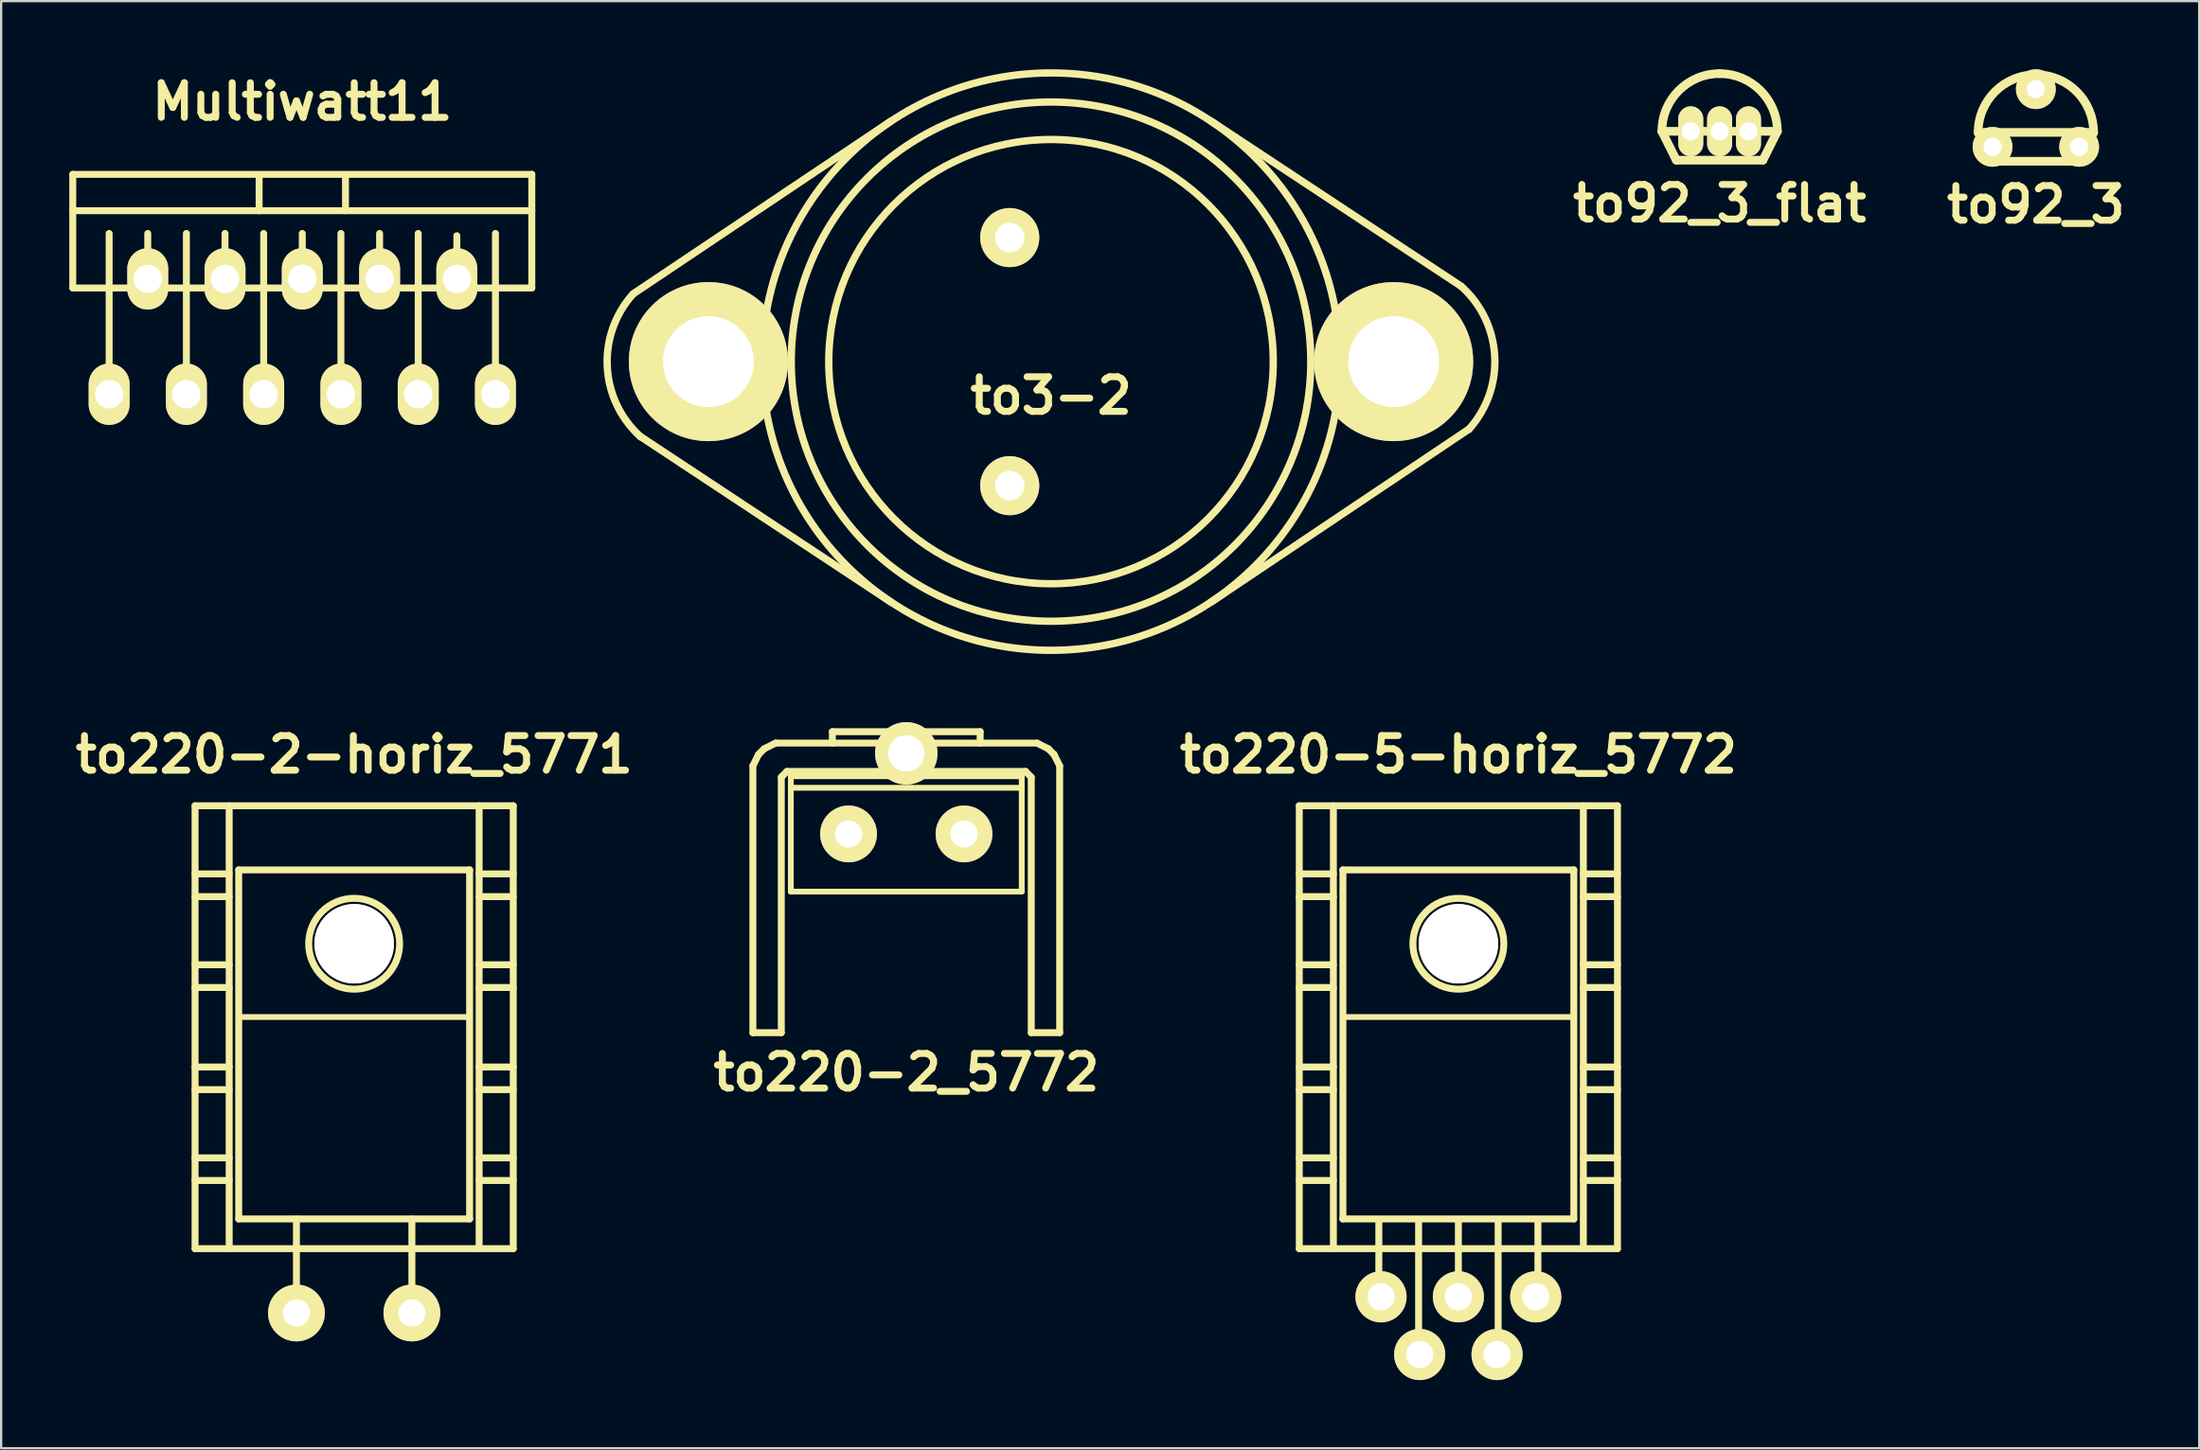
<source format=kicad_pcb>
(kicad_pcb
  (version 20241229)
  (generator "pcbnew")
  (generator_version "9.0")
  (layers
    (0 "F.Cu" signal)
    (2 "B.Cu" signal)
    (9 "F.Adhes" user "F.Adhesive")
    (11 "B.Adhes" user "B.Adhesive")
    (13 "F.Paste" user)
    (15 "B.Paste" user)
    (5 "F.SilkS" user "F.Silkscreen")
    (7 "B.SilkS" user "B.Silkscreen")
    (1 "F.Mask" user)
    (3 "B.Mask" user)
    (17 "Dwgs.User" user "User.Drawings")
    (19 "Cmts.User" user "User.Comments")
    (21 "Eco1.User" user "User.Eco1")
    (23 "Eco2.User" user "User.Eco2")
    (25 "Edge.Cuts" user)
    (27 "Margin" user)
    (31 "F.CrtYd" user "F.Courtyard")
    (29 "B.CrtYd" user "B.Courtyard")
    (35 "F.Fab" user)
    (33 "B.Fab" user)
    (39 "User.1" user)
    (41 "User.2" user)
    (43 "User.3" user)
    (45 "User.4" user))
  (footprint "to3-2"
    (layer "F.Cu")
    (at 43.194 12.871)
    (property "Reference" "to3-2" (at 0 1.5 0) (layer "F.SilkS") (effects (font (size 1.524 1.524) (thickness 0.305))))
    (attr through_hole)
    (fp_line (start -18.364 -2.997) (end -7.036 -10.592) (stroke (width 0.323) (type solid)) (layer "F.SilkS"))
    (fp_line (start -18.059 3.302) (end -7.036 10.592) (stroke (width 0.323) (type solid)) (layer "F.SilkS"))
    (fp_line (start 18.034 -3.327) (end 7.036 -10.592) (stroke (width 0.323) (type solid)) (layer "F.SilkS"))
    (fp_line (start 18.39 2.972) (end 7.036 10.592) (stroke (width 0.323) (type solid)) (layer "F.SilkS"))
    (fp_arc (start -18.05432 3.31216) (mid -19.523719 0.235283) (end -18.38706 -2.97942) (stroke (width 0.32258) (type solid)) (layer "F.SilkS"))
    (fp_arc (start 18.05432 -3.31216) (mid 19.523719 -0.235283) (end 18.38706 2.97942) (stroke (width 0.32258) (type solid)) (layer "F.SilkS"))
    (fp_circle (center 0 0) (end -12.7 0.508) (stroke (width 0.323) (type solid)) (fill no) (layer "F.SilkS"))
    (fp_circle (center 0 0) (end -11.43 0) (stroke (width 0.323) (type solid)) (fill no) (layer "F.SilkS"))
    (fp_circle (center 0 0) (end -9.779 0) (stroke (width 0.323) (type solid)) (fill no) (layer "F.SilkS"))
    (pad "1" thru_hole circle (at -1.816 -5.461) (size 2.6 2.6) (drill 1.3) (layers "*.Cu" "*.Mask" "F.SilkS"))
    (pad "2" thru_hole circle (at -1.816 5.461) (size 2.6 2.6) (drill 1.3) (layers "*.Cu" "*.Mask" "F.SilkS"))
    (pad "3" thru_hole circle (at -15.075 0) (size 7 7) (drill 4) (layers "*.Cu" "*.Mask" "F.SilkS"))
    (pad "3" thru_hole circle (at 15.075 0) (size 7 7) (drill 4) (layers "*.Cu" "*.Mask" "F.SilkS")))
  (footprint "to220-2-horiz_5771"
    (layer "F.Cu")
    (at 12.533 46.425)
    (property "Reference" "to220-2-horiz_5771" (at 0 -16.256 0) (layer "F.SilkS") (effects (font (size 1.524 1.524) (thickness 0.305))))
    (attr through_hole)
    (fp_line (start -7 -14) (end -7 5.499) (stroke (width 0.305) (type solid)) (layer "F.SilkS"))
    (fp_line (start -7 -11.001) (end -5.499 -11.001) (stroke (width 0.305) (type solid)) (layer "F.SilkS"))
    (fp_line (start -7 -10) (end -5.499 -10) (stroke (width 0.305) (type solid)) (layer "F.SilkS"))
    (fp_line (start -7 -7) (end -5.499 -7) (stroke (width 0.305) (type solid)) (layer "F.SilkS"))
    (fp_line (start -7 -5.999) (end -5.499 -5.999) (stroke (width 0.305) (type solid)) (layer "F.SilkS"))
    (fp_line (start -7 -2.499) (end -5.499 -2.499) (stroke (width 0.305) (type solid)) (layer "F.SilkS"))
    (fp_line (start -7 -1.501) (end -5.499 -1.501) (stroke (width 0.305) (type solid)) (layer "F.SilkS"))
    (fp_line (start -7 1.501) (end -5.499 1.501) (stroke (width 0.305) (type solid)) (layer "F.SilkS"))
    (fp_line (start -7 2.499) (end -5.499 2.499) (stroke (width 0.305) (type solid)) (layer "F.SilkS"))
    (fp_line (start -7 5.499) (end 7 5.499) (stroke (width 0.305) (type solid)) (layer "F.SilkS"))
    (fp_line (start -5.499 5.499) (end -5.499 -14) (stroke (width 0.305) (type solid)) (layer "F.SilkS"))
    (fp_line (start -5.08 -11.176) (end -5.08 4.191) (stroke (width 0.305) (type solid)) (layer "F.SilkS"))
    (fp_line (start -5.08 4.191) (end 5.08 4.191) (stroke (width 0.305) (type solid)) (layer "F.SilkS"))
    (fp_line (start -2.54 8.382) (end -2.54 4.191) (stroke (width 0.305) (type solid)) (layer "F.SilkS"))
    (fp_line (start 2.54 8.382) (end 2.54 4.191) (stroke (width 0.305) (type solid)) (layer "F.SilkS"))
    (fp_line (start 5.08 -11.176) (end -5.08 -11.176) (stroke (width 0.305) (type solid)) (layer "F.SilkS"))
    (fp_line (start 5.08 -4.699) (end -5.08 -4.699) (stroke (width 0.254) (type solid)) (layer "F.SilkS"))
    (fp_line (start 5.08 4.191) (end 5.08 -11.176) (stroke (width 0.305) (type solid)) (layer "F.SilkS"))
    (fp_line (start 5.499 -14) (end 5.499 5.499) (stroke (width 0.305) (type solid)) (layer "F.SilkS"))
    (fp_line (start 5.499 -11.001) (end 7 -11.001) (stroke (width 0.305) (type solid)) (layer "F.SilkS"))
    (fp_line (start 5.499 -10) (end 7 -10) (stroke (width 0.305) (type solid)) (layer "F.SilkS"))
    (fp_line (start 5.499 -7) (end 7 -7) (stroke (width 0.305) (type solid)) (layer "F.SilkS"))
    (fp_line (start 5.499 -5.999) (end 7 -5.999) (stroke (width 0.305) (type solid)) (layer "F.SilkS"))
    (fp_line (start 5.499 -2.499) (end 7 -2.499) (stroke (width 0.305) (type solid)) (layer "F.SilkS"))
    (fp_line (start 5.499 -1.501) (end 7 -1.501) (stroke (width 0.305) (type solid)) (layer "F.SilkS"))
    (fp_line (start 5.499 1.501) (end 7 1.501) (stroke (width 0.305) (type solid)) (layer "F.SilkS"))
    (fp_line (start 5.499 2.499) (end 7 2.499) (stroke (width 0.305) (type solid)) (layer "F.SilkS"))
    (fp_line (start 7 -14) (end -7 -14) (stroke (width 0.305) (type solid)) (layer "F.SilkS"))
    (fp_line (start 7 5.499) (end 7 -14) (stroke (width 0.305) (type solid)) (layer "F.SilkS"))
    (fp_circle (center 0 -7.925) (end -1.999 -8.001) (stroke (width 0.305) (type solid)) (fill no) (layer "F.SilkS"))
    (pad "" np_thru_hole circle (at 0 -7.925) (size 3.498 3.498) (drill 3.498) (layers "*.Cu" "*.Mask" "F.SilkS"))
    (pad "1" thru_hole circle (at 2.54 8.331) (size 2.499 2.499) (drill 1.199) (layers "*.Cu" "*.Mask" "F.SilkS"))
    (pad "2" thru_hole circle (at -2.54 8.331) (size 2.499 2.499) (drill 1.199) (layers "*.Cu" "*.Mask" "F.SilkS")))
  (footprint "to220-5-horiz_5772"
    (layer "F.Cu")
    (at 61.118 46.425)
    (property "Reference" "to220-5-horiz_5772" (at 0 -16.256 0) (layer "F.SilkS") (effects (font (size 1.524 1.524) (thickness 0.305))))
    (attr through_hole)
    (fp_line (start -7 -14) (end -7 5.499) (stroke (width 0.305) (type solid)) (layer "F.SilkS"))
    (fp_line (start -7 -11.001) (end -5.499 -11.001) (stroke (width 0.305) (type solid)) (layer "F.SilkS"))
    (fp_line (start -7 -10) (end -5.499 -10) (stroke (width 0.305) (type solid)) (layer "F.SilkS"))
    (fp_line (start -7 -7) (end -5.499 -7) (stroke (width 0.305) (type solid)) (layer "F.SilkS"))
    (fp_line (start -7 -5.999) (end -5.499 -5.999) (stroke (width 0.305) (type solid)) (layer "F.SilkS"))
    (fp_line (start -7 -2.499) (end -5.499 -2.499) (stroke (width 0.305) (type solid)) (layer "F.SilkS"))
    (fp_line (start -7 -1.501) (end -5.499 -1.501) (stroke (width 0.305) (type solid)) (layer "F.SilkS"))
    (fp_line (start -7 1.501) (end -5.499 1.501) (stroke (width 0.305) (type solid)) (layer "F.SilkS"))
    (fp_line (start -7 2.499) (end -5.499 2.499) (stroke (width 0.305) (type solid)) (layer "F.SilkS"))
    (fp_line (start -7 5.499) (end 7 5.499) (stroke (width 0.305) (type solid)) (layer "F.SilkS"))
    (fp_line (start -5.499 5.499) (end -5.499 -14) (stroke (width 0.305) (type solid)) (layer "F.SilkS"))
    (fp_line (start -5.08 -11.176) (end -5.08 4.191) (stroke (width 0.305) (type solid)) (layer "F.SilkS"))
    (fp_line (start -5.08 4.191) (end 5.08 4.191) (stroke (width 0.305) (type solid)) (layer "F.SilkS"))
    (fp_line (start -3.5 7.75) (end -3.5 4.249) (stroke (width 0.305) (type solid)) (layer "F.SilkS"))
    (fp_line (start -1.75 10.249) (end -1.75 4.249) (stroke (width 0.305) (type solid)) (layer "F.SilkS"))
    (fp_line (start 0 7.75) (end 0 4.249) (stroke (width 0.305) (type solid)) (layer "F.SilkS"))
    (fp_line (start 1.75 10.249) (end 1.75 4.249) (stroke (width 0.305) (type solid)) (layer "F.SilkS"))
    (fp_line (start 3.5 7.75) (end 3.5 4.249) (stroke (width 0.305) (type solid)) (layer "F.SilkS"))
    (fp_line (start 5.08 -11.176) (end -5.08 -11.176) (stroke (width 0.305) (type solid)) (layer "F.SilkS"))
    (fp_line (start 5.08 -4.699) (end -5.08 -4.699) (stroke (width 0.254) (type solid)) (layer "F.SilkS"))
    (fp_line (start 5.08 4.191) (end 5.08 -11.176) (stroke (width 0.305) (type solid)) (layer "F.SilkS"))
    (fp_line (start 5.499 -14) (end 5.499 5.499) (stroke (width 0.305) (type solid)) (layer "F.SilkS"))
    (fp_line (start 5.499 -11.001) (end 7 -11.001) (stroke (width 0.305) (type solid)) (layer "F.SilkS"))
    (fp_line (start 5.499 -10) (end 7 -10) (stroke (width 0.305) (type solid)) (layer "F.SilkS"))
    (fp_line (start 5.499 -7) (end 7 -7) (stroke (width 0.305) (type solid)) (layer "F.SilkS"))
    (fp_line (start 5.499 -5.999) (end 7 -5.999) (stroke (width 0.305) (type solid)) (layer "F.SilkS"))
    (fp_line (start 5.499 -2.499) (end 7 -2.499) (stroke (width 0.305) (type solid)) (layer "F.SilkS"))
    (fp_line (start 5.499 -1.501) (end 7 -1.501) (stroke (width 0.305) (type solid)) (layer "F.SilkS"))
    (fp_line (start 5.499 1.501) (end 7 1.501) (stroke (width 0.305) (type solid)) (layer "F.SilkS"))
    (fp_line (start 5.499 2.499) (end 7 2.499) (stroke (width 0.305) (type solid)) (layer "F.SilkS"))
    (fp_line (start 7 -14) (end -7 -14) (stroke (width 0.305) (type solid)) (layer "F.SilkS"))
    (fp_line (start 7 5.499) (end 7 -14) (stroke (width 0.305) (type solid)) (layer "F.SilkS"))
    (fp_circle (center 0 -7.925) (end -1.999 -8.001) (stroke (width 0.305) (type solid)) (fill no) (layer "F.SilkS"))
    (pad "" np_thru_hole circle (at 0 -7.925) (size 3.498 3.498) (drill 3.498) (layers "*.Cu" "*.Mask" "F.SilkS"))
    (pad "1" thru_hole circle (at 3.404 7.62) (size 2.25 2.25) (drill 1.199) (layers "*.Cu" "*.Mask" "F.SilkS"))
    (pad "2" thru_hole circle (at 1.702 10.16) (size 2.25 2.25) (drill 1.199) (layers "*.Cu" "*.Mask" "F.SilkS"))
    (pad "3" thru_hole circle (at 0 7.62) (size 2.25 2.25) (drill 1.199) (layers "*.Cu" "*.Mask" "F.SilkS"))
    (pad "4" thru_hole circle (at -1.702 10.16) (size 2.25 2.25) (drill 1.199) (layers "*.Cu" "*.Mask" "F.SilkS"))
    (pad "5" thru_hole circle (at -3.404 7.62) (size 2.25 2.25) (drill 1.199) (layers "*.Cu" "*.Mask" "F.SilkS")))
  (footprint "Multiwatt11"
    (layer "F.Cu")
    (at 10.251 9.227)
    (property "Reference" "Multiwatt11" (at 0 -7.8 0) (layer "F.SilkS") (effects (font (size 1.524 1.524) (thickness 0.305))))
    (attr through_hole)
    (fp_line (start -10.099 -4.6) (end -10.099 0.399) (stroke (width 0.305) (type solid)) (layer "F.SilkS"))
    (fp_line (start -10.099 0.401) (end 10.099 0.401) (stroke (width 0.305) (type solid)) (layer "F.SilkS"))
    (fp_line (start -8.499 5.1) (end -8.499 -1.999) (stroke (width 0.305) (type solid)) (layer "F.SilkS"))
    (fp_line (start -6.8 0) (end -6.8 -1.999) (stroke (width 0.305) (type solid)) (layer "F.SilkS"))
    (fp_line (start -5.1 5.1) (end -5.1 -1.999) (stroke (width 0.305) (type solid)) (layer "F.SilkS"))
    (fp_line (start -3.401 0) (end -3.401 -1.999) (stroke (width 0.305) (type solid)) (layer "F.SilkS"))
    (fp_line (start -1.9 -2.997) (end -1.9 -4.498) (stroke (width 0.305) (type solid)) (layer "F.SilkS"))
    (fp_line (start -1.699 5.1) (end -1.699 -1.999) (stroke (width 0.305) (type solid)) (layer "F.SilkS"))
    (fp_line (start 0 0) (end 0 -1.999) (stroke (width 0.305) (type solid)) (layer "F.SilkS"))
    (fp_line (start 1.699 5.1) (end 1.699 -1.999) (stroke (width 0.305) (type solid)) (layer "F.SilkS"))
    (fp_line (start 1.9 -4.501) (end 1.9 -3) (stroke (width 0.305) (type solid)) (layer "F.SilkS"))
    (fp_line (start 3.401 0) (end 3.401 -1.999) (stroke (width 0.305) (type solid)) (layer "F.SilkS"))
    (fp_line (start 5.1 5.1) (end 5.1 -1.999) (stroke (width 0.305) (type solid)) (layer "F.SilkS"))
    (fp_line (start 6.8 0) (end 6.8 -1.9) (stroke (width 0.305) (type solid)) (layer "F.SilkS"))
    (fp_line (start 8.499 5.1) (end 8.499 -1.999) (stroke (width 0.305) (type solid)) (layer "F.SilkS"))
    (fp_line (start 10.099 -4.6) (end -10.099 -4.6) (stroke (width 0.305) (type solid)) (layer "F.SilkS"))
    (fp_line (start 10.099 -4.6) (end 10.099 0.399) (stroke (width 0.305) (type solid)) (layer "F.SilkS"))
    (fp_line (start 10.099 -3) (end -10.099 -3) (stroke (width 0.305) (type solid)) (layer "F.SilkS"))
    (pad "1" thru_hole oval (at -8.499 5.08) (size 1.801 2.7) (drill 1.25) (layers "*.Cu" "*.Mask" "F.SilkS"))
    (pad "2" thru_hole oval (at -6.8 0) (size 1.801 2.7) (drill 1.25) (layers "*.Cu" "*.Mask" "F.SilkS"))
    (pad "3" thru_hole oval (at -5.1 5.08) (size 1.801 2.7) (drill 1.25) (layers "*.Cu" "*.Mask" "F.SilkS"))
    (pad "4" thru_hole oval (at -3.401 0) (size 1.801 2.7) (drill 1.25) (layers "*.Cu" "*.Mask" "F.SilkS"))
    (pad "5" thru_hole oval (at -1.699 5.08) (size 1.801 2.7) (drill 1.25) (layers "*.Cu" "*.Mask" "F.SilkS"))
    (pad "6" thru_hole oval (at 0 0) (size 1.801 2.7) (drill 1.25) (layers "*.Cu" "*.Mask" "F.SilkS"))
    (pad "7" thru_hole oval (at 1.699 5.08) (size 1.801 2.7) (drill 1.25) (layers "*.Cu" "*.Mask" "F.SilkS"))
    (pad "8" thru_hole oval (at 3.401 0) (size 1.801 2.7) (drill 1.25) (layers "*.Cu" "*.Mask" "F.SilkS"))
    (pad "9" thru_hole oval (at 5.1 5.08) (size 1.801 2.7) (drill 1.25) (layers "*.Cu" "*.Mask" "F.SilkS"))
    (pad "10" thru_hole oval (at 6.8 0) (size 1.801 2.7) (drill 1.25) (layers "*.Cu" "*.Mask" "F.SilkS"))
    (pad "11" thru_hole oval (at 8.499 5.08) (size 1.801 2.7) (drill 1.25) (layers "*.Cu" "*.Mask" "F.SilkS")))
  (footprint "to220-2_5772"
    (layer "F.Cu")
    (at 36.826 33.665)
    (property "Reference" "to220-2_5772" (at 0 10.5 0) (layer "F.SilkS") (effects (font (size 1.524 1.524) (thickness 0.305))))
    (attr through_hole)
    (fp_line (start -6.749 -3) (end -6.749 8.75) (stroke (width 0.305) (type solid)) (layer "F.SilkS"))
    (fp_line (start -6.749 -3) (end -6.5 -3.5) (stroke (width 0.305) (type solid)) (layer "F.SilkS"))
    (fp_line (start -6.5 -3.5) (end -6.251 -3.749) (stroke (width 0.305) (type solid)) (layer "F.SilkS"))
    (fp_line (start -6.251 -3.749) (end -5.751 -4) (stroke (width 0.305) (type solid)) (layer "F.SilkS"))
    (fp_line (start -5.499 -2.499) (end -5.25 -2.751) (stroke (width 0.305) (type solid)) (layer "F.SilkS"))
    (fp_line (start -5.499 8.75) (end -6.749 8.75) (stroke (width 0.305) (type solid)) (layer "F.SilkS"))
    (fp_line (start -5.499 8.75) (end -5.499 -2.499) (stroke (width 0.305) (type solid)) (layer "F.SilkS"))
    (fp_line (start -5.25 -2.751) (end 5.25 -2.751) (stroke (width 0.305) (type solid)) (layer "F.SilkS"))
    (fp_line (start -5.08 -2.54) (end -5.08 -1.27) (stroke (width 0.254) (type solid)) (layer "F.SilkS"))
    (fp_line (start -5.08 -2.032) (end 5.08 -2.032) (stroke (width 0.254) (type solid)) (layer "F.SilkS"))
    (fp_line (start -5.08 -1.27) (end -5.08 2.54) (stroke (width 0.254) (type solid)) (layer "F.SilkS"))
    (fp_line (start -5.08 2.54) (end 5.08 2.54) (stroke (width 0.254) (type solid)) (layer "F.SilkS"))
    (fp_line (start -3.251 -4.501) (end 3.251 -4.501) (stroke (width 0.305) (type solid)) (layer "F.SilkS"))
    (fp_line (start -3.251 -4) (end -3.251 -4.501) (stroke (width 0.305) (type solid)) (layer "F.SilkS"))
    (fp_line (start 3.251 -4.501) (end 3.251 -4) (stroke (width 0.305) (type solid)) (layer "F.SilkS"))
    (fp_line (start 5.08 -2.54) (end -5.08 -2.54) (stroke (width 0.254) (type solid)) (layer "F.SilkS"))
    (fp_line (start 5.08 2.54) (end 5.08 -2.54) (stroke (width 0.254) (type solid)) (layer "F.SilkS"))
    (fp_line (start 5.25 -2.751) (end 5.499 -2.499) (stroke (width 0.305) (type solid)) (layer "F.SilkS"))
    (fp_line (start 5.499 -2.499) (end 5.499 8.75) (stroke (width 0.305) (type solid)) (layer "F.SilkS"))
    (fp_line (start 5.751 -4) (end -5.751 -4) (stroke (width 0.305) (type solid)) (layer "F.SilkS"))
    (fp_line (start 5.751 -4) (end 6.251 -3.749) (stroke (width 0.305) (type solid)) (layer "F.SilkS"))
    (fp_line (start 6.251 -3.749) (end 6.5 -3.5) (stroke (width 0.305) (type solid)) (layer "F.SilkS"))
    (fp_line (start 6.5 -3.5) (end 6.749 -3) (stroke (width 0.305) (type solid)) (layer "F.SilkS"))
    (fp_line (start 6.749 -3) (end 6.749 8.75) (stroke (width 0.305) (type solid)) (layer "F.SilkS"))
    (fp_line (start 6.749 8.75) (end 5.499 8.75) (stroke (width 0.305) (type solid)) (layer "F.SilkS"))
    (pad "" thru_hole circle (at 0 -3.548) (size 2.748 2.748) (drill 1.598) (layers "*.Cu" "*.Mask" "F.SilkS"))
    (pad "1" thru_hole circle (at 2.54 0) (size 2.499 2.499) (drill 1.199) (layers "*.Cu" "*.Mask" "F.SilkS"))
    (pad "2" thru_hole circle (at -2.54 0) (size 2.499 2.499) (drill 1.199) (layers "*.Cu" "*.Mask" "F.SilkS")))
  (footprint "to92_3"
    (layer "F.Cu")
    (at 86.527 2.78)
    (property "Reference" "to92_3" (at 0 3.175 0) (layer "F.SilkS") (effects (font (size 1.524 1.524) (thickness 0.305))))
    (attr through_hole)
    (fp_line (start -1.905 1.27) (end -2.54 0) (stroke (width 0.381) (type solid)) (layer "F.SilkS"))
    (fp_line (start 1.905 1.27) (end -1.905 1.27) (stroke (width 0.381) (type solid)) (layer "F.SilkS"))
    (fp_line (start 2.54 0) (end -2.54 0) (stroke (width 0.381) (type solid)) (layer "F.SilkS"))
    (fp_line (start 2.54 0) (end 1.905 1.27) (stroke (width 0.381) (type solid)) (layer "F.SilkS"))
    (fp_arc (start -2.54 0) (mid -1.796051 -1.796051) (end 0 -2.54) (stroke (width 0.381) (type solid)) (layer "F.SilkS"))
    (fp_arc (start 0 -2.54) (mid 1.796051 -1.796051) (end 2.54 0) (stroke (width 0.381) (type solid)) (layer "F.SilkS"))
    (pad "1" thru_hole circle (at 1.905 0.635) (size 1.75 1.75) (drill 0.8) (layers "*.Cu" "*.Mask" "F.SilkS"))
    (pad "2" thru_hole circle (at 0 -1.905) (size 1.75 1.75) (drill 0.8) (layers "*.Cu" "*.Mask" "F.SilkS"))
    (pad "3" thru_hole circle (at -1.905 0.635) (size 1.75 1.75) (drill 0.8) (layers "*.Cu" "*.Mask" "F.SilkS")))
  (footprint "to92_3_flat"
    (layer "F.Cu")
    (at 72.613 2.731)
    (property "Reference" "to92_3_flat" (at 0 3.175 0) (layer "F.SilkS") (effects (font (size 1.524 1.524) (thickness 0.305))))
    (attr through_hole)
    (fp_line (start -1.905 1.27) (end -2.54 0) (stroke (width 0.381) (type solid)) (layer "F.SilkS"))
    (fp_line (start 1.905 1.27) (end -1.905 1.27) (stroke (width 0.381) (type solid)) (layer "F.SilkS"))
    (fp_line (start 2.54 0) (end -2.54 0) (stroke (width 0.381) (type solid)) (layer "F.SilkS"))
    (fp_line (start 2.54 0) (end 1.905 1.27) (stroke (width 0.381) (type solid)) (layer "F.SilkS"))
    (fp_arc (start -2.54 0) (mid -1.796051 -1.796051) (end 0 -2.54) (stroke (width 0.381) (type solid)) (layer "F.SilkS"))
    (fp_arc (start 0 -2.54) (mid 1.796051 -1.796051) (end 2.54 0) (stroke (width 0.381) (type solid)) (layer "F.SilkS"))
    (pad "1" thru_hole oval (at 1.27 0) (size 1.1 2.2) (drill 0.8) (layers "*.Cu" "*.Mask" "F.SilkS"))
    (pad "2" thru_hole oval (at 0 0) (size 1.1 2.2) (drill 0.8) (layers "*.Cu" "*.Mask" "F.SilkS"))
    (pad "3" thru_hole oval (at -1.27 0) (size 1.1 2.2) (drill 0.8) (layers "*.Cu" "*.Mask" "F.SilkS")))
  (gr_rect
    (start -3 -3)
    (end 93.715 60.711)
    (stroke (width 0.1) (type default))
    (fill no)
    (layer "Edge.Cuts")))
</source>
